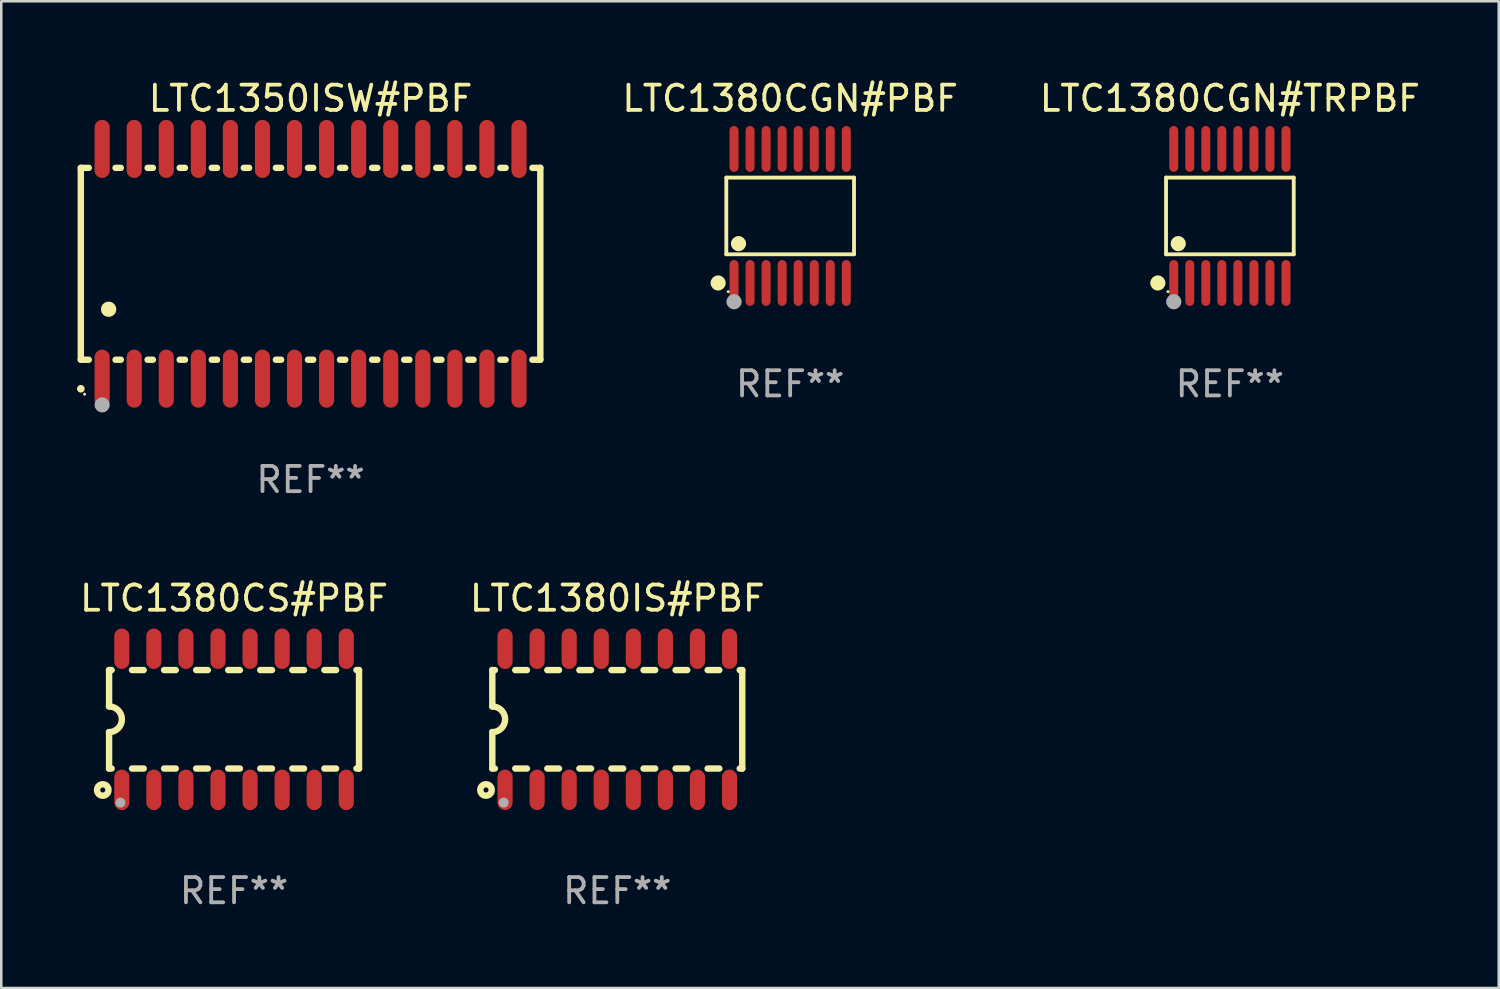
<source format=kicad_pcb>
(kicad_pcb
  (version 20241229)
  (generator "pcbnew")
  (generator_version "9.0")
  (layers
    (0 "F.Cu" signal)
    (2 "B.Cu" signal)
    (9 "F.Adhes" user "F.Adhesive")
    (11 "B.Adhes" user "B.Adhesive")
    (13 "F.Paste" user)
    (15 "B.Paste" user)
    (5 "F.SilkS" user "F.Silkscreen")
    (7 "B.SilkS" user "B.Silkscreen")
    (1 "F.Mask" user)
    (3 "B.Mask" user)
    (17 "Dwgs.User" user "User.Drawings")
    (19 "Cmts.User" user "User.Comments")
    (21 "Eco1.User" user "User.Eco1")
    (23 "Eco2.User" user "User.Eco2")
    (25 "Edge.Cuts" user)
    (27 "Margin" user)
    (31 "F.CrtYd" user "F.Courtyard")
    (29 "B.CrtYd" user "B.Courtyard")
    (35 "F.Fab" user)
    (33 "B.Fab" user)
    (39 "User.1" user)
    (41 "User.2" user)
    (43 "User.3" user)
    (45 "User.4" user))
  (footprint "LTC1380CS#PBF"
    (layer "F.Cu")
    (at 6.22 25.439)
    (property "Reference" "LTC1380CS#PBF" (at 0 -4.794 0) (layer "F.SilkS") (effects (font (size 1 1) (thickness 0.15))))
    (attr through_hole)
    (fp_line (start -4.95 -1.95) (end -4.95 -0.508) (stroke (width 0.254) (type solid)) (layer "F.SilkS"))
    (fp_line (start -4.95 -1.95) (end -4.849 -1.95) (stroke (width 0.254) (type solid)) (layer "F.SilkS"))
    (fp_line (start -4.95 1.95) (end -4.95 0.508) (stroke (width 0.254) (type solid)) (layer "F.SilkS"))
    (fp_line (start -4.95 1.95) (end -4.849 1.95) (stroke (width 0.254) (type solid)) (layer "F.SilkS"))
    (fp_line (start -4.041 -1.95) (end -3.579 -1.95) (stroke (width 0.254) (type solid)) (layer "F.SilkS"))
    (fp_line (start -4.041 1.95) (end -3.579 1.95) (stroke (width 0.254) (type solid)) (layer "F.SilkS"))
    (fp_line (start -2.771 -1.95) (end -2.309 -1.95) (stroke (width 0.254) (type solid)) (layer "F.SilkS"))
    (fp_line (start -2.771 1.95) (end -2.309 1.95) (stroke (width 0.254) (type solid)) (layer "F.SilkS"))
    (fp_line (start -1.501 -1.95) (end -1.039 -1.95) (stroke (width 0.254) (type solid)) (layer "F.SilkS"))
    (fp_line (start -1.501 1.95) (end -1.039 1.95) (stroke (width 0.254) (type solid)) (layer "F.SilkS"))
    (fp_line (start -0.231 -1.95) (end 0.231 -1.95) (stroke (width 0.254) (type solid)) (layer "F.SilkS"))
    (fp_line (start -0.231 1.95) (end 0.231 1.95) (stroke (width 0.254) (type solid)) (layer "F.SilkS"))
    (fp_line (start 1.039 -1.95) (end 1.501 -1.95) (stroke (width 0.254) (type solid)) (layer "F.SilkS"))
    (fp_line (start 1.039 1.95) (end 1.501 1.95) (stroke (width 0.254) (type solid)) (layer "F.SilkS"))
    (fp_line (start 2.309 -1.95) (end 2.771 -1.95) (stroke (width 0.254) (type solid)) (layer "F.SilkS"))
    (fp_line (start 2.309 1.95) (end 2.771 1.95) (stroke (width 0.254) (type solid)) (layer "F.SilkS"))
    (fp_line (start 3.579 -1.95) (end 4.041 -1.95) (stroke (width 0.254) (type solid)) (layer "F.SilkS"))
    (fp_line (start 3.579 1.95) (end 4.041 1.95) (stroke (width 0.254) (type solid)) (layer "F.SilkS"))
    (fp_line (start 4.849 -1.95) (end 4.95 -1.95) (stroke (width 0.254) (type solid)) (layer "F.SilkS"))
    (fp_line (start 4.849 1.95) (end 4.95 1.95) (stroke (width 0.254) (type solid)) (layer "F.SilkS"))
    (fp_line (start 4.95 -1.95) (end 4.95 1.95) (stroke (width 0.254) (type solid)) (layer "F.SilkS"))
    (fp_arc (start -4.95047 -0.508001) (mid -4.442469 -0.000228) (end -4.950013 0.508001) (stroke (width 0.254001) (type solid)) (layer "F.SilkS"))
    (fp_circle (center -5.2 2.8) (end -5.1 2.8) (stroke (width 0.254) (type solid)) (fill no) (layer "F.SilkS"))
    (fp_circle (center -4.95 2.947) (end -4.92 2.947) (stroke (width 0.06) (type solid)) (fill no) (layer "F.SilkS"))
    (fp_circle (center -4.5 3.3) (end -4.4 3.3) (stroke (width 0.2) (type solid)) (fill no) (layer "F.Fab"))
    (fp_text user "REF**" (at 0 6.794 0) (layer "F.Fab") (effects (font (size 1 1) (thickness 0.15))))
    (pad "1" smd oval (at -4.445 2.794) (size 0.6 1.6) (layers "F.Cu" "F.Mask" "F.Paste"))
    (pad "2" smd oval (at -3.175 2.794) (size 0.6 1.6) (layers "F.Cu" "F.Mask" "F.Paste"))
    (pad "3" smd oval (at -1.905 2.794) (size 0.6 1.6) (layers "F.Cu" "F.Mask" "F.Paste"))
    (pad "4" smd oval (at -0.635 2.794) (size 0.6 1.6) (layers "F.Cu" "F.Mask" "F.Paste"))
    (pad "5" smd oval (at 0.635 2.794) (size 0.6 1.6) (layers "F.Cu" "F.Mask" "F.Paste"))
    (pad "6" smd oval (at 1.905 2.794) (size 0.6 1.6) (layers "F.Cu" "F.Mask" "F.Paste"))
    (pad "7" smd oval (at 3.175 2.794) (size 0.6 1.6) (layers "F.Cu" "F.Mask" "F.Paste"))
    (pad "8" smd oval (at 4.445 2.794) (size 0.6 1.6) (layers "F.Cu" "F.Mask" "F.Paste"))
    (pad "9" smd oval (at 4.445 -2.794) (size 0.6 1.6) (layers "F.Cu" "F.Mask" "F.Paste"))
    (pad "10" smd oval (at 3.175 -2.794) (size 0.6 1.6) (layers "F.Cu" "F.Mask" "F.Paste"))
    (pad "11" smd oval (at 1.905 -2.794) (size 0.6 1.6) (layers "F.Cu" "F.Mask" "F.Paste"))
    (pad "12" smd oval (at 0.635 -2.794) (size 0.6 1.6) (layers "F.Cu" "F.Mask" "F.Paste"))
    (pad "13" smd oval (at -0.635 -2.794) (size 0.6 1.6) (layers "F.Cu" "F.Mask" "F.Paste"))
    (pad "14" smd oval (at -1.905 -2.794) (size 0.6 1.6) (layers "F.Cu" "F.Mask" "F.Paste"))
    (pad "15" smd oval (at -3.175 -2.794) (size 0.6 1.6) (layers "F.Cu" "F.Mask" "F.Paste"))
    (pad "16" smd oval (at -4.445 -2.794) (size 0.6 1.6) (layers "F.Cu" "F.Mask" "F.Paste")))
  (footprint "LTC1380CGN#TRPBF"
    (layer "F.Cu")
    (at 45.662 5.503)
    (property "Reference" "LTC1380CGN#TRPBF" (at 0 -4.655 0) (layer "F.SilkS") (effects (font (size 1 1) (thickness 0.15))))
    (attr through_hole)
    (fp_line (start -2.529 -1.519) (end 2.529 -1.519) (stroke (width 0.152) (type solid)) (layer "F.SilkS"))
    (fp_line (start -2.529 1.519) (end -2.529 -1.519) (stroke (width 0.152) (type solid)) (layer "F.SilkS"))
    (fp_line (start 2.529 -1.519) (end 2.529 1.519) (stroke (width 0.152) (type solid)) (layer "F.SilkS"))
    (fp_line (start 2.529 1.519) (end -2.529 1.519) (stroke (width 0.152) (type solid)) (layer "F.SilkS"))
    (fp_circle (center -2.853 2.655) (end -2.703 2.655) (stroke (width 0.3) (type solid)) (fill no) (layer "F.SilkS"))
    (fp_circle (center -2.453 2.998) (end -2.423 2.998) (stroke (width 0.06) (type solid)) (fill no) (layer "F.SilkS"))
    (fp_circle (center -2.045 1.097) (end -1.895 1.097) (stroke (width 0.3) (type solid)) (fill no) (layer "F.SilkS"))
    (fp_circle (center -2.223 3.398) (end -2.072 3.398) (stroke (width 0.3) (type solid)) (fill no) (layer "F.Fab"))
    (fp_text user "REF**" (at 0 6.655 0) (layer "F.Fab") (effects (font (size 1 1) (thickness 0.15))))
    (pad "1" smd oval (at -2.223 2.655) (size 0.356 1.815) (layers "F.Cu" "F.Mask" "F.Paste"))
    (pad "2" smd oval (at -1.588 2.655) (size 0.356 1.815) (layers "F.Cu" "F.Mask" "F.Paste"))
    (pad "3" smd oval (at -0.953 2.655) (size 0.356 1.815) (layers "F.Cu" "F.Mask" "F.Paste"))
    (pad "4" smd oval (at -0.318 2.655) (size 0.356 1.815) (layers "F.Cu" "F.Mask" "F.Paste"))
    (pad "5" smd oval (at 0.318 2.655) (size 0.356 1.815) (layers "F.Cu" "F.Mask" "F.Paste"))
    (pad "6" smd oval (at 0.953 2.655) (size 0.356 1.815) (layers "F.Cu" "F.Mask" "F.Paste"))
    (pad "7" smd oval (at 1.588 2.655) (size 0.356 1.815) (layers "F.Cu" "F.Mask" "F.Paste"))
    (pad "8" smd oval (at 2.223 2.655) (size 0.356 1.815) (layers "F.Cu" "F.Mask" "F.Paste"))
    (pad "9" smd oval (at 2.223 -2.655) (size 0.356 1.815) (layers "F.Cu" "F.Mask" "F.Paste"))
    (pad "10" smd oval (at 1.588 -2.655) (size 0.356 1.815) (layers "F.Cu" "F.Mask" "F.Paste"))
    (pad "11" smd oval (at 0.953 -2.655) (size 0.356 1.815) (layers "F.Cu" "F.Mask" "F.Paste"))
    (pad "12" smd oval (at 0.318 -2.655) (size 0.356 1.815) (layers "F.Cu" "F.Mask" "F.Paste"))
    (pad "13" smd oval (at -0.318 -2.655) (size 0.356 1.815) (layers "F.Cu" "F.Mask" "F.Paste"))
    (pad "14" smd oval (at -0.953 -2.655) (size 0.356 1.815) (layers "F.Cu" "F.Mask" "F.Paste"))
    (pad "15" smd oval (at -1.588 -2.655) (size 0.356 1.815) (layers "F.Cu" "F.Mask" "F.Paste"))
    (pad "16" smd oval (at -2.223 -2.655) (size 0.356 1.815) (layers "F.Cu" "F.Mask" "F.Paste")))
  (footprint "LTC1380IS#PBF"
    (layer "F.Cu")
    (at 21.399 25.439)
    (property "Reference" "LTC1380IS#PBF" (at 0 -4.794 0) (layer "F.SilkS") (effects (font (size 1 1) (thickness 0.15))))
    (attr through_hole)
    (fp_line (start -4.95 -1.95) (end -4.95 -0.508) (stroke (width 0.254) (type solid)) (layer "F.SilkS"))
    (fp_line (start -4.95 -1.95) (end -4.849 -1.95) (stroke (width 0.254) (type solid)) (layer "F.SilkS"))
    (fp_line (start -4.95 1.95) (end -4.95 0.508) (stroke (width 0.254) (type solid)) (layer "F.SilkS"))
    (fp_line (start -4.95 1.95) (end -4.849 1.95) (stroke (width 0.254) (type solid)) (layer "F.SilkS"))
    (fp_line (start -4.041 -1.95) (end -3.579 -1.95) (stroke (width 0.254) (type solid)) (layer "F.SilkS"))
    (fp_line (start -4.041 1.95) (end -3.579 1.95) (stroke (width 0.254) (type solid)) (layer "F.SilkS"))
    (fp_line (start -2.771 -1.95) (end -2.309 -1.95) (stroke (width 0.254) (type solid)) (layer "F.SilkS"))
    (fp_line (start -2.771 1.95) (end -2.309 1.95) (stroke (width 0.254) (type solid)) (layer "F.SilkS"))
    (fp_line (start -1.501 -1.95) (end -1.039 -1.95) (stroke (width 0.254) (type solid)) (layer "F.SilkS"))
    (fp_line (start -1.501 1.95) (end -1.039 1.95) (stroke (width 0.254) (type solid)) (layer "F.SilkS"))
    (fp_line (start -0.231 -1.95) (end 0.231 -1.95) (stroke (width 0.254) (type solid)) (layer "F.SilkS"))
    (fp_line (start -0.231 1.95) (end 0.231 1.95) (stroke (width 0.254) (type solid)) (layer "F.SilkS"))
    (fp_line (start 1.039 -1.95) (end 1.501 -1.95) (stroke (width 0.254) (type solid)) (layer "F.SilkS"))
    (fp_line (start 1.039 1.95) (end 1.501 1.95) (stroke (width 0.254) (type solid)) (layer "F.SilkS"))
    (fp_line (start 2.309 -1.95) (end 2.771 -1.95) (stroke (width 0.254) (type solid)) (layer "F.SilkS"))
    (fp_line (start 2.309 1.95) (end 2.771 1.95) (stroke (width 0.254) (type solid)) (layer "F.SilkS"))
    (fp_line (start 3.579 -1.95) (end 4.041 -1.95) (stroke (width 0.254) (type solid)) (layer "F.SilkS"))
    (fp_line (start 3.579 1.95) (end 4.041 1.95) (stroke (width 0.254) (type solid)) (layer "F.SilkS"))
    (fp_line (start 4.849 -1.95) (end 4.95 -1.95) (stroke (width 0.254) (type solid)) (layer "F.SilkS"))
    (fp_line (start 4.849 1.95) (end 4.95 1.95) (stroke (width 0.254) (type solid)) (layer "F.SilkS"))
    (fp_line (start 4.95 -1.95) (end 4.95 1.95) (stroke (width 0.254) (type solid)) (layer "F.SilkS"))
    (fp_arc (start -4.95047 -0.508001) (mid -4.442469 -0.000228) (end -4.950013 0.508001) (stroke (width 0.254001) (type solid)) (layer "F.SilkS"))
    (fp_circle (center -5.2 2.8) (end -5.1 2.8) (stroke (width 0.254) (type solid)) (fill no) (layer "F.SilkS"))
    (fp_circle (center -4.95 2.947) (end -4.92 2.947) (stroke (width 0.06) (type solid)) (fill no) (layer "F.SilkS"))
    (fp_circle (center -4.5 3.3) (end -4.4 3.3) (stroke (width 0.2) (type solid)) (fill no) (layer "F.Fab"))
    (fp_text user "REF**" (at 0 6.794 0) (layer "F.Fab") (effects (font (size 1 1) (thickness 0.15))))
    (pad "1" smd oval (at -4.445 2.794) (size 0.6 1.6) (layers "F.Cu" "F.Mask" "F.Paste"))
    (pad "2" smd oval (at -3.175 2.794) (size 0.6 1.6) (layers "F.Cu" "F.Mask" "F.Paste"))
    (pad "3" smd oval (at -1.905 2.794) (size 0.6 1.6) (layers "F.Cu" "F.Mask" "F.Paste"))
    (pad "4" smd oval (at -0.635 2.794) (size 0.6 1.6) (layers "F.Cu" "F.Mask" "F.Paste"))
    (pad "5" smd oval (at 0.635 2.794) (size 0.6 1.6) (layers "F.Cu" "F.Mask" "F.Paste"))
    (pad "6" smd oval (at 1.905 2.794) (size 0.6 1.6) (layers "F.Cu" "F.Mask" "F.Paste"))
    (pad "7" smd oval (at 3.175 2.794) (size 0.6 1.6) (layers "F.Cu" "F.Mask" "F.Paste"))
    (pad "8" smd oval (at 4.445 2.794) (size 0.6 1.6) (layers "F.Cu" "F.Mask" "F.Paste"))
    (pad "9" smd oval (at 4.445 -2.794) (size 0.6 1.6) (layers "F.Cu" "F.Mask" "F.Paste"))
    (pad "10" smd oval (at 3.175 -2.794) (size 0.6 1.6) (layers "F.Cu" "F.Mask" "F.Paste"))
    (pad "11" smd oval (at 1.905 -2.794) (size 0.6 1.6) (layers "F.Cu" "F.Mask" "F.Paste"))
    (pad "12" smd oval (at 0.635 -2.794) (size 0.6 1.6) (layers "F.Cu" "F.Mask" "F.Paste"))
    (pad "13" smd oval (at -0.635 -2.794) (size 0.6 1.6) (layers "F.Cu" "F.Mask" "F.Paste"))
    (pad "14" smd oval (at -1.905 -2.794) (size 0.6 1.6) (layers "F.Cu" "F.Mask" "F.Paste"))
    (pad "15" smd oval (at -3.175 -2.794) (size 0.6 1.6) (layers "F.Cu" "F.Mask" "F.Paste"))
    (pad "16" smd oval (at -4.445 -2.794) (size 0.6 1.6) (layers "F.Cu" "F.Mask" "F.Paste")))
  (footprint "LTC1350ISW#PBF"
    (layer "F.Cu")
    (at 9.251 7.398)
    (property "Reference" "LTC1350ISW#PBF" (at 0 -6.55 0) (layer "F.SilkS") (effects (font (size 1 1) (thickness 0.15))))
    (attr through_hole)
    (fp_line (start -9.1 -3.8) (end -9.1 3.8) (stroke (width 0.254) (type solid)) (layer "F.SilkS"))
    (fp_line (start -9.1 -3.8) (end -8.786 -3.8) (stroke (width 0.254) (type solid)) (layer "F.SilkS"))
    (fp_line (start -9.1 3.8) (end -8.786 3.8) (stroke (width 0.254) (type solid)) (layer "F.SilkS"))
    (fp_line (start -7.724 -3.8) (end -7.516 -3.8) (stroke (width 0.254) (type solid)) (layer "F.SilkS"))
    (fp_line (start -7.724 3.8) (end -7.516 3.8) (stroke (width 0.254) (type solid)) (layer "F.SilkS"))
    (fp_line (start -6.454 -3.8) (end -6.246 -3.8) (stroke (width 0.254) (type solid)) (layer "F.SilkS"))
    (fp_line (start -6.454 3.8) (end -6.246 3.8) (stroke (width 0.254) (type solid)) (layer "F.SilkS"))
    (fp_line (start -5.184 -3.8) (end -4.976 -3.8) (stroke (width 0.254) (type solid)) (layer "F.SilkS"))
    (fp_line (start -5.184 3.8) (end -4.976 3.8) (stroke (width 0.254) (type solid)) (layer "F.SilkS"))
    (fp_line (start -3.914 -3.8) (end -3.706 -3.8) (stroke (width 0.254) (type solid)) (layer "F.SilkS"))
    (fp_line (start -3.914 3.8) (end -3.706 3.8) (stroke (width 0.254) (type solid)) (layer "F.SilkS"))
    (fp_line (start -2.644 -3.8) (end -2.436 -3.8) (stroke (width 0.254) (type solid)) (layer "F.SilkS"))
    (fp_line (start -2.644 3.8) (end -2.436 3.8) (stroke (width 0.254) (type solid)) (layer "F.SilkS"))
    (fp_line (start -1.374 -3.8) (end -1.166 -3.8) (stroke (width 0.254) (type solid)) (layer "F.SilkS"))
    (fp_line (start -1.374 3.8) (end -1.166 3.8) (stroke (width 0.254) (type solid)) (layer "F.SilkS"))
    (fp_line (start -0.104 -3.8) (end 0.104 -3.8) (stroke (width 0.254) (type solid)) (layer "F.SilkS"))
    (fp_line (start -0.104 3.8) (end 0.104 3.8) (stroke (width 0.254) (type solid)) (layer "F.SilkS"))
    (fp_line (start 1.166 -3.8) (end 1.374 -3.8) (stroke (width 0.254) (type solid)) (layer "F.SilkS"))
    (fp_line (start 1.166 3.8) (end 1.374 3.8) (stroke (width 0.254) (type solid)) (layer "F.SilkS"))
    (fp_line (start 2.436 -3.8) (end 2.644 -3.8) (stroke (width 0.254) (type solid)) (layer "F.SilkS"))
    (fp_line (start 2.436 3.8) (end 2.644 3.8) (stroke (width 0.254) (type solid)) (layer "F.SilkS"))
    (fp_line (start 3.706 -3.8) (end 3.914 -3.8) (stroke (width 0.254) (type solid)) (layer "F.SilkS"))
    (fp_line (start 3.706 3.8) (end 3.914 3.8) (stroke (width 0.254) (type solid)) (layer "F.SilkS"))
    (fp_line (start 4.976 -3.8) (end 5.184 -3.8) (stroke (width 0.254) (type solid)) (layer "F.SilkS"))
    (fp_line (start 4.976 3.8) (end 5.184 3.8) (stroke (width 0.254) (type solid)) (layer "F.SilkS"))
    (fp_line (start 6.246 -3.8) (end 6.454 -3.8) (stroke (width 0.254) (type solid)) (layer "F.SilkS"))
    (fp_line (start 6.246 3.8) (end 6.454 3.8) (stroke (width 0.254) (type solid)) (layer "F.SilkS"))
    (fp_line (start 7.516 -3.8) (end 7.724 -3.8) (stroke (width 0.254) (type solid)) (layer "F.SilkS"))
    (fp_line (start 7.516 3.8) (end 7.724 3.8) (stroke (width 0.254) (type solid)) (layer "F.SilkS"))
    (fp_line (start 8.786 -3.8) (end 9.1 -3.8) (stroke (width 0.254) (type solid)) (layer "F.SilkS"))
    (fp_line (start 8.786 3.8) (end 9.1 3.8) (stroke (width 0.254) (type solid)) (layer "F.SilkS"))
    (fp_line (start 9.1 -3.8) (end 9.1 3.8) (stroke (width 0.254) (type solid)) (layer "F.SilkS"))
    (fp_arc (start -9.100864 4.95047) (mid -9.099594 4.950465) (end -9.098324 4.95047) (stroke (width 0.3) (type solid)) (layer "F.SilkS"))
    (fp_arc (start -8.001041 1.800864) (mid -7.998501 1.800853) (end -7.995961 1.800864) (stroke (width 0.6) (type solid)) (layer "F.SilkS"))
    (fp_circle (center -8.95 5.163) (end -8.92 5.163) (stroke (width 0.06) (type solid)) (fill no) (layer "F.SilkS"))
    (fp_circle (center -8.255 5.588) (end -8.105 5.588) (stroke (width 0.3) (type solid)) (fill no) (layer "F.Fab"))
    (fp_text user "REF**" (at 0 8.55 0) (layer "F.Fab") (effects (font (size 1 1) (thickness 0.15))))
    (pad "1" smd oval (at -8.255 4.55 180) (size 0.6 2.3) (layers "F.Cu" "F.Mask" "F.Paste"))
    (pad "2" smd oval (at -6.985 4.55 180) (size 0.6 2.3) (layers "F.Cu" "F.Mask" "F.Paste"))
    (pad "3" smd oval (at -5.715 4.55 180) (size 0.6 2.3) (layers "F.Cu" "F.Mask" "F.Paste"))
    (pad "4" smd oval (at -4.445 4.55 180) (size 0.6 2.3) (layers "F.Cu" "F.Mask" "F.Paste"))
    (pad "5" smd oval (at -3.175 4.55 180) (size 0.6 2.3) (layers "F.Cu" "F.Mask" "F.Paste"))
    (pad "6" smd oval (at -1.905 4.55 180) (size 0.6 2.3) (layers "F.Cu" "F.Mask" "F.Paste"))
    (pad "7" smd oval (at -0.635 4.55 180) (size 0.6 2.3) (layers "F.Cu" "F.Mask" "F.Paste"))
    (pad "8" smd oval (at 0.635 4.55 180) (size 0.6 2.3) (layers "F.Cu" "F.Mask" "F.Paste"))
    (pad "9" smd oval (at 1.905 4.55 180) (size 0.6 2.3) (layers "F.Cu" "F.Mask" "F.Paste"))
    (pad "10" smd oval (at 3.175 4.55 180) (size 0.6 2.3) (layers "F.Cu" "F.Mask" "F.Paste"))
    (pad "11" smd oval (at 4.445 4.55 180) (size 0.6 2.3) (layers "F.Cu" "F.Mask" "F.Paste"))
    (pad "12" smd oval (at 5.715 4.55 180) (size 0.6 2.3) (layers "F.Cu" "F.Mask" "F.Paste"))
    (pad "13" smd oval (at 6.985 4.55 180) (size 0.6 2.3) (layers "F.Cu" "F.Mask" "F.Paste"))
    (pad "14" smd oval (at 8.255 4.55 180) (size 0.6 2.3) (layers "F.Cu" "F.Mask" "F.Paste"))
    (pad "15" smd oval (at 8.255 -4.55 180) (size 0.6 2.3) (layers "F.Cu" "F.Mask" "F.Paste"))
    (pad "16" smd oval (at 6.985 -4.55 180) (size 0.6 2.3) (layers "F.Cu" "F.Mask" "F.Paste"))
    (pad "17" smd oval (at 5.715 -4.55 180) (size 0.6 2.3) (layers "F.Cu" "F.Mask" "F.Paste"))
    (pad "18" smd oval (at 4.445 -4.55 180) (size 0.6 2.3) (layers "F.Cu" "F.Mask" "F.Paste"))
    (pad "19" smd oval (at 3.175 -4.55 180) (size 0.6 2.3) (layers "F.Cu" "F.Mask" "F.Paste"))
    (pad "20" smd oval (at 1.905 -4.55 180) (size 0.6 2.3) (layers "F.Cu" "F.Mask" "F.Paste"))
    (pad "21" smd oval (at 0.635 -4.55 180) (size 0.6 2.3) (layers "F.Cu" "F.Mask" "F.Paste"))
    (pad "22" smd oval (at -0.635 -4.55 180) (size 0.6 2.3) (layers "F.Cu" "F.Mask" "F.Paste"))
    (pad "23" smd oval (at -1.905 -4.55 180) (size 0.6 2.3) (layers "F.Cu" "F.Mask" "F.Paste"))
    (pad "24" smd oval (at -3.175 -4.55 180) (size 0.6 2.3) (layers "F.Cu" "F.Mask" "F.Paste"))
    (pad "25" smd oval (at -4.445 -4.55 180) (size 0.6 2.3) (layers "F.Cu" "F.Mask" "F.Paste"))
    (pad "26" smd oval (at -5.715 -4.55 180) (size 0.6 2.3) (layers "F.Cu" "F.Mask" "F.Paste"))
    (pad "27" smd oval (at -6.985 -4.55 180) (size 0.6 2.3) (layers "F.Cu" "F.Mask" "F.Paste"))
    (pad "28" smd oval (at -8.255 -4.55 180) (size 0.6 2.3) (layers "F.Cu" "F.Mask" "F.Paste")))
  (footprint "LTC1380CGN#PBF"
    (layer "F.Cu")
    (at 28.246 5.503)
    (property "Reference" "LTC1380CGN#PBF" (at 0 -4.655 0) (layer "F.SilkS") (effects (font (size 1 1) (thickness 0.15))))
    (attr through_hole)
    (fp_line (start -2.529 -1.519) (end 2.529 -1.519) (stroke (width 0.152) (type solid)) (layer "F.SilkS"))
    (fp_line (start -2.529 1.519) (end -2.529 -1.519) (stroke (width 0.152) (type solid)) (layer "F.SilkS"))
    (fp_line (start 2.529 -1.519) (end 2.529 1.519) (stroke (width 0.152) (type solid)) (layer "F.SilkS"))
    (fp_line (start 2.529 1.519) (end -2.529 1.519) (stroke (width 0.152) (type solid)) (layer "F.SilkS"))
    (fp_circle (center -2.853 2.655) (end -2.703 2.655) (stroke (width 0.3) (type solid)) (fill no) (layer "F.SilkS"))
    (fp_circle (center -2.453 2.998) (end -2.423 2.998) (stroke (width 0.06) (type solid)) (fill no) (layer "F.SilkS"))
    (fp_circle (center -2.045 1.097) (end -1.895 1.097) (stroke (width 0.3) (type solid)) (fill no) (layer "F.SilkS"))
    (fp_circle (center -2.223 3.398) (end -2.072 3.398) (stroke (width 0.3) (type solid)) (fill no) (layer "F.Fab"))
    (fp_text user "REF**" (at 0 6.655 0) (layer "F.Fab") (effects (font (size 1 1) (thickness 0.15))))
    (pad "1" smd oval (at -2.223 2.655) (size 0.356 1.815) (layers "F.Cu" "F.Mask" "F.Paste"))
    (pad "2" smd oval (at -1.588 2.655) (size 0.356 1.815) (layers "F.Cu" "F.Mask" "F.Paste"))
    (pad "3" smd oval (at -0.953 2.655) (size 0.356 1.815) (layers "F.Cu" "F.Mask" "F.Paste"))
    (pad "4" smd oval (at -0.318 2.655) (size 0.356 1.815) (layers "F.Cu" "F.Mask" "F.Paste"))
    (pad "5" smd oval (at 0.318 2.655) (size 0.356 1.815) (layers "F.Cu" "F.Mask" "F.Paste"))
    (pad "6" smd oval (at 0.953 2.655) (size 0.356 1.815) (layers "F.Cu" "F.Mask" "F.Paste"))
    (pad "7" smd oval (at 1.588 2.655) (size 0.356 1.815) (layers "F.Cu" "F.Mask" "F.Paste"))
    (pad "8" smd oval (at 2.223 2.655) (size 0.356 1.815) (layers "F.Cu" "F.Mask" "F.Paste"))
    (pad "9" smd oval (at 2.223 -2.655) (size 0.356 1.815) (layers "F.Cu" "F.Mask" "F.Paste"))
    (pad "10" smd oval (at 1.588 -2.655) (size 0.356 1.815) (layers "F.Cu" "F.Mask" "F.Paste"))
    (pad "11" smd oval (at 0.953 -2.655) (size 0.356 1.815) (layers "F.Cu" "F.Mask" "F.Paste"))
    (pad "12" smd oval (at 0.318 -2.655) (size 0.356 1.815) (layers "F.Cu" "F.Mask" "F.Paste"))
    (pad "13" smd oval (at -0.318 -2.655) (size 0.356 1.815) (layers "F.Cu" "F.Mask" "F.Paste"))
    (pad "14" smd oval (at -0.953 -2.655) (size 0.356 1.815) (layers "F.Cu" "F.Mask" "F.Paste"))
    (pad "15" smd oval (at -1.588 -2.655) (size 0.356 1.815) (layers "F.Cu" "F.Mask" "F.Paste"))
    (pad "16" smd oval (at -2.223 -2.655) (size 0.356 1.815) (layers "F.Cu" "F.Mask" "F.Paste")))
  (gr_rect
    (start -3 -3)
    (end 56.311 36.081)
    (stroke (width 0.1) (type default))
    (fill no)
    (layer "Edge.Cuts")))
</source>
